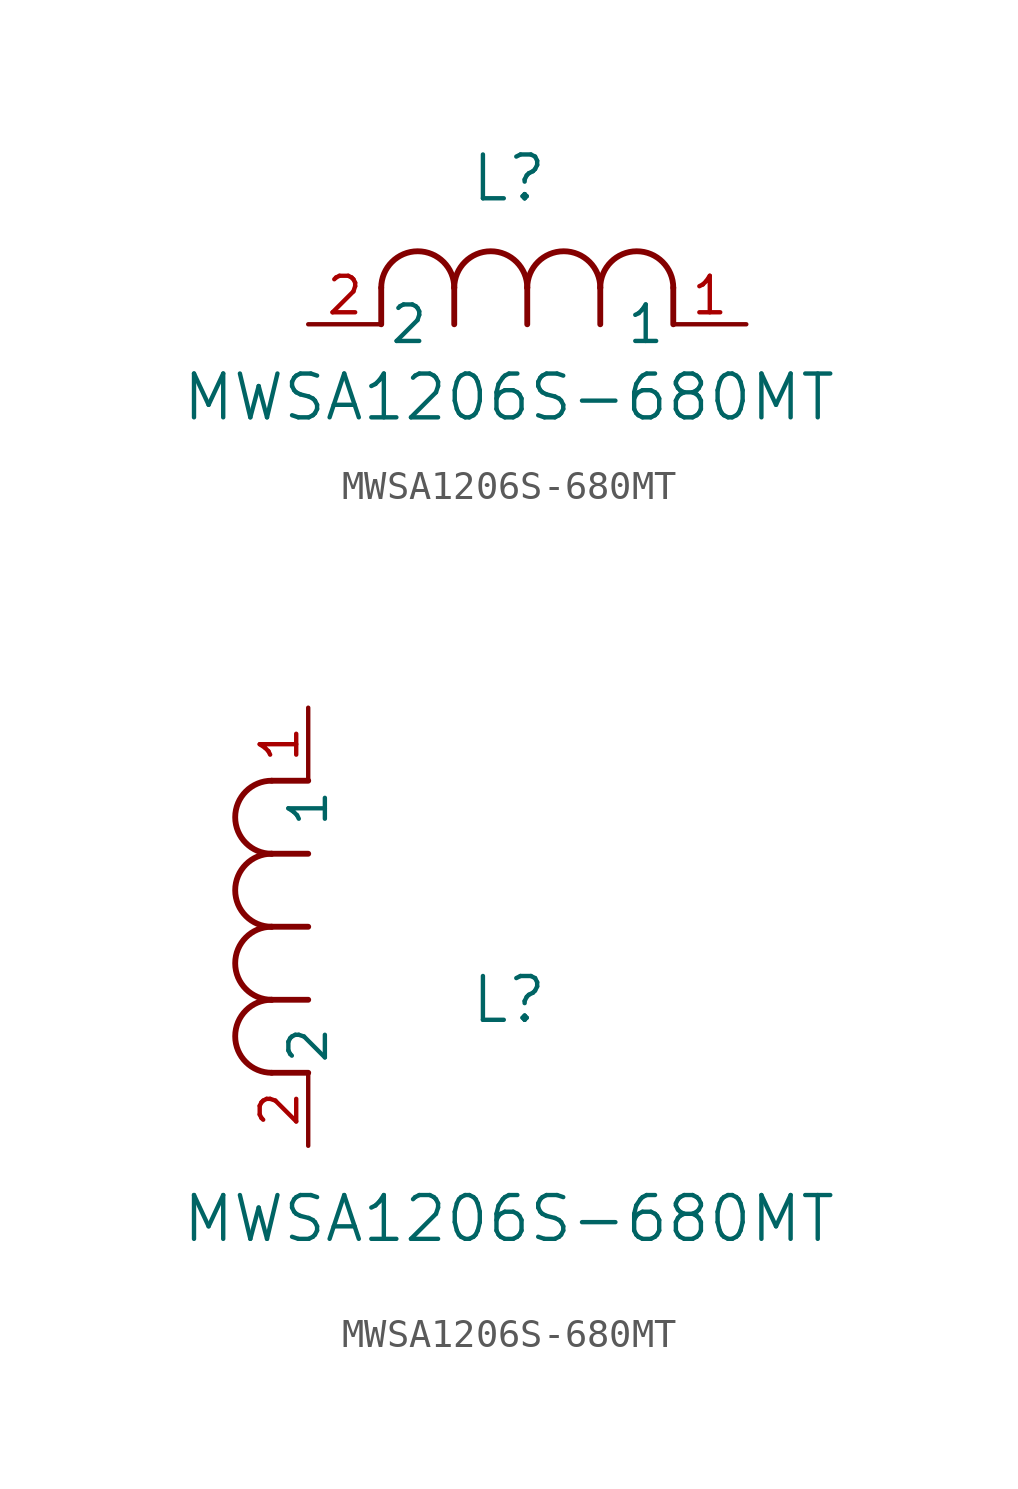
<source format=kicad_sym>
(kicad_symbol_lib
  (version 20211014)
  (generator kicad_symbol_editor)
  (symbol "MWSA1206S-680MT"
    (pin_names
      (offset 0.254))
    (property "Reference" "L"
      (at 6.985 5.08 0)
      (effects (font (size 1.524 1.524))))
    (property "Value" "MWSA1206S-680MT"
      (at 6.985 -2.54 0)
      (effects (font (size 1.524 1.524))))
    (symbol "MWSA1206S-680MT_1_1"
      (arc (start 7.62 1.27) (mid 6.35 2.54) (end 5.08 1.27) (stroke (width 0.2032) (type default) (color 0 0 0 0)) (fill (type none)))
      (polyline (pts (xy 5.08 0) (xy 5.08 1.27)) (stroke (width 0.203) (type default) (color 0 0 0 0)) (fill (type none)))
      (polyline (pts (xy 7.62 0) (xy 7.62 1.27)) (stroke (width 0.203) (type default) (color 0 0 0 0)) (fill (type none)))
      (polyline (pts (xy 12.7 0) (xy 12.7 1.27)) (stroke (width 0.203) (type default) (color 0 0 0 0)) (fill (type none)))
      (arc (start 5.08 1.27) (mid 3.81 2.54) (end 2.54 1.27) (stroke (width 0.2032) (type default) (color 0 0 0 0)) (fill (type none)))
      (arc (start 10.16 1.27) (mid 8.89 2.54) (end 7.62 1.27) (stroke (width 0.2032) (type default) (color 0 0 0 0)) (fill (type none)))
      (arc (start 12.7 1.27) (mid 11.43 2.54) (end 10.16 1.27) (stroke (width 0.2032) (type default) (color 0 0 0 0)) (fill (type none)))
      (polyline (pts (xy 2.54 0) (xy 2.54 1.27)) (stroke (width 0.203) (type default) (color 0 0 0 0)) (fill (type none)))
      (polyline (pts (xy 10.16 0) (xy 10.16 1.27)) (stroke (width 0.203) (type default) (color 0 0 0 0)) (fill (type none)))
      (pin unspecified line (at 0 0 0) (length 2.54) (name "2" (effects (font (size 1.27 1.27)))) (number "2" (effects (font (size 1.27 1.27)))))
      (pin unspecified line (at 15.24 0 180) (length 2.54) (name "1" (effects (font (size 1.27 1.27)))) (number "1" (effects (font (size 1.27 1.27))))))
    (symbol "MWSA1206S-680MT_1_2"
      (arc (start -1.27 7.62) (mid -2.54 6.35) (end -1.27 5.08) (stroke (width 0.2032) (type default) (color 0 0 0 0)) (fill (type none)))
      (arc (start -1.27 5.08) (mid -2.54 3.81) (end -1.27 2.54) (stroke (width 0.2032) (type default) (color 0 0 0 0)) (fill (type none)))
      (arc (start -1.27 12.7) (mid -2.54 11.43) (end -1.27 10.16) (stroke (width 0.2032) (type default) (color 0 0 0 0)) (fill (type none)))
      (arc (start -1.27 10.16) (mid -2.54 8.89) (end -1.27 7.62) (stroke (width 0.2032) (type default) (color 0 0 0 0)) (fill (type none)))
      (polyline (pts (xy 0 7.62) (xy -1.27 7.62)) (stroke (width 0.203) (type default) (color 0 0 0 0)) (fill (type none)))
      (polyline (pts (xy 0 5.08) (xy -1.27 5.08)) (stroke (width 0.203) (type default) (color 0 0 0 0)) (fill (type none)))
      (polyline (pts (xy 0 12.7) (xy -1.27 12.7)) (stroke (width 0.203) (type default) (color 0 0 0 0)) (fill (type none)))
      (polyline (pts (xy 0 2.54) (xy -1.27 2.54)) (stroke (width 0.203) (type default) (color 0 0 0 0)) (fill (type none)))
      (polyline (pts (xy 0 10.16) (xy -1.27 10.16)) (stroke (width 0.203) (type default) (color 0 0 0 0)) (fill (type none)))
      (pin unspecified line (at 0 0 90) (length 2.54) (name "2" (effects (font (size 1.27 1.27)))) (number "2" (effects (font (size 1.27 1.27)))))
      (pin unspecified line (at 0 15.24 270) (length 2.54) (name "1" (effects (font (size 1.27 1.27)))) (number "1" (effects (font (size 1.27 1.27))))))))
</source>
